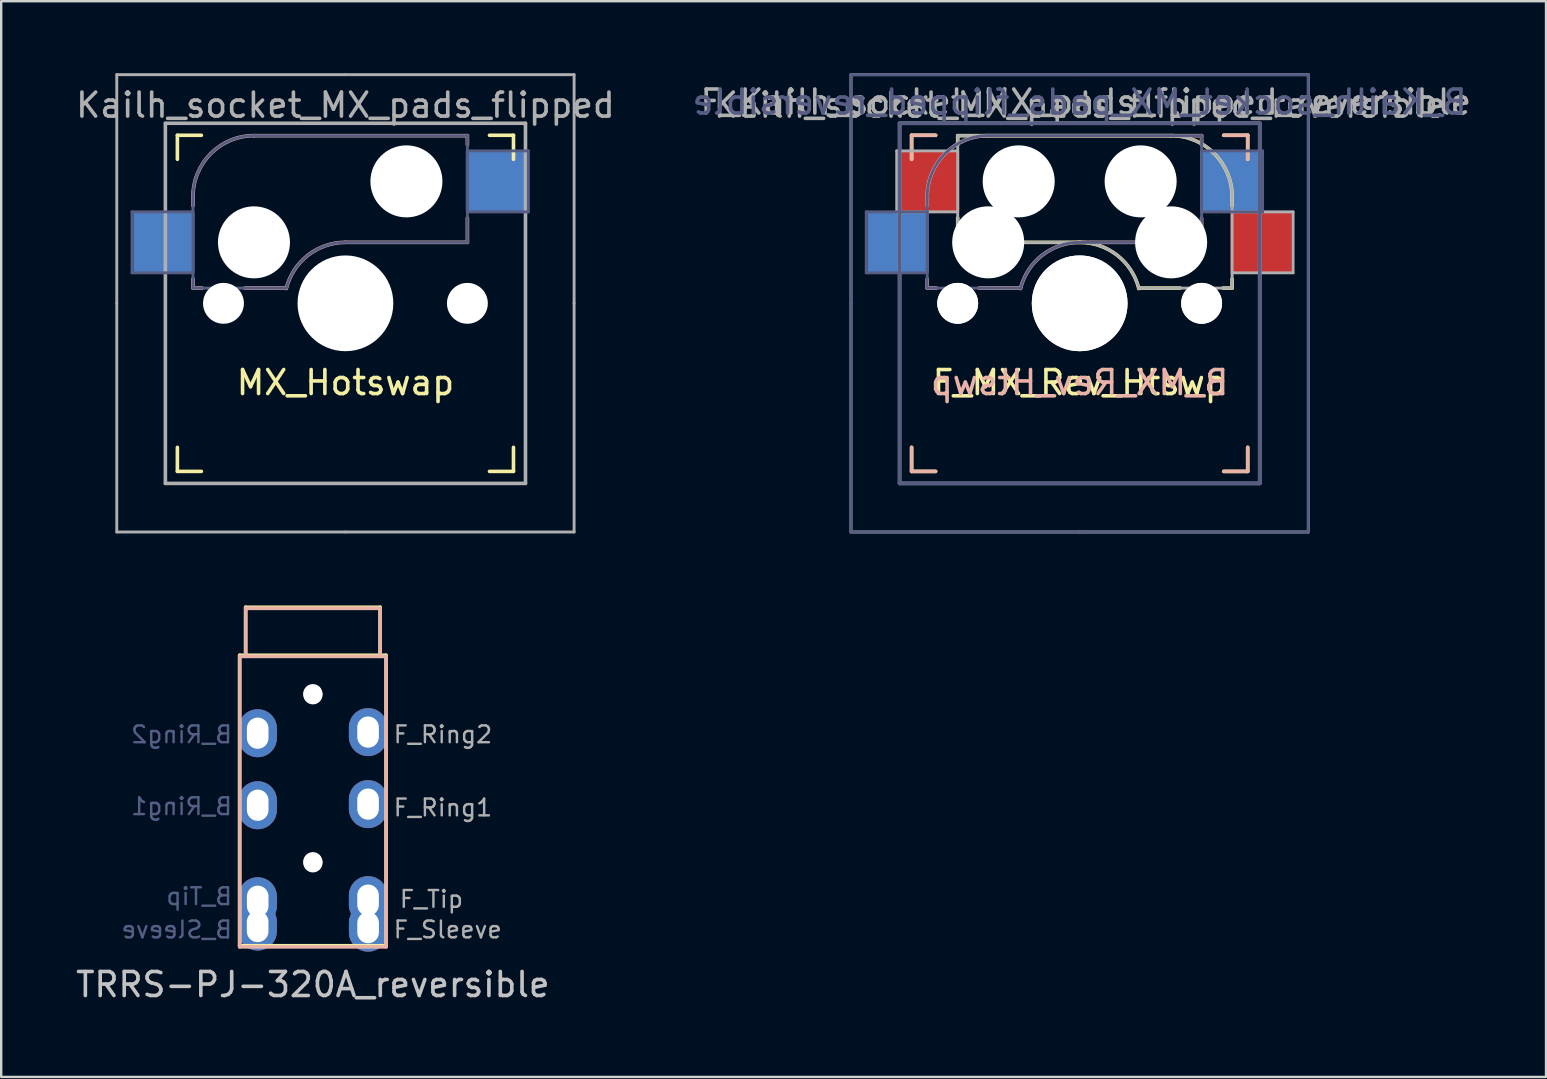
<source format=kicad_pcb>
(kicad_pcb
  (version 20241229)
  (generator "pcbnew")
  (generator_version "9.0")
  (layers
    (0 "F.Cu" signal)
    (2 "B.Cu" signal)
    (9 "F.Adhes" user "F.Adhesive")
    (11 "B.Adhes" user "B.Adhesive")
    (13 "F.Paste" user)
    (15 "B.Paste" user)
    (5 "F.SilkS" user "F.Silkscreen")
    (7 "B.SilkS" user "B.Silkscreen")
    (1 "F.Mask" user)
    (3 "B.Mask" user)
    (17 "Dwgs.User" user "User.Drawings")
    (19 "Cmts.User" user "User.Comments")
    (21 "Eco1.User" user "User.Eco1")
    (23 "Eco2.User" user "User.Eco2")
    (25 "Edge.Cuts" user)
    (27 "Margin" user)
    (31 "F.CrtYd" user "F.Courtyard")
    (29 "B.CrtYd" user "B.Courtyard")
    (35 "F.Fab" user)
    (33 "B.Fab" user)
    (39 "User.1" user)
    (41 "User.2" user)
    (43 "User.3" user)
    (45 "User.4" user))
  (footprint "Kailh_socket_MX_pads_flipped_reversible"
    (layer "F.Cu")
    (at 41.923 9.585)
    (property "Reference" "Kailh_socket_MX_pads_flipped_reversible" (at 0 -8.255 0) (layer "F.Fab") (effects (font (size 1 1) (thickness 0.15))))
    (property "Value" "MX_Rev_Htswp" (at 0 8.255 0) (layer "F.Fab") (hide yes) (effects (font (size 1 1) (thickness 0.15))))
    (attr smd)
    (fp_line (start -7 -6) (end -7 -7) (stroke (width 0.15) (type solid)) (layer "F.SilkS"))
    (fp_line (start -7 7) (end -7 6) (stroke (width 0.15) (type solid)) (layer "F.SilkS"))
    (fp_line (start -7 7) (end -6 7) (stroke (width 0.15) (type solid)) (layer "F.SilkS"))
    (fp_line (start -6 -7) (end -7 -7) (stroke (width 0.15) (type solid)) (layer "F.SilkS"))
    (fp_line (start -5.08 -6.985) (end -5.08 -6.604) (stroke (width 0.15) (type solid)) (layer "F.SilkS"))
    (fp_line (start -5.08 -3.556) (end -5.08 -2.54) (stroke (width 0.15) (type solid)) (layer "F.SilkS"))
    (fp_line (start -5.08 -2.54) (end 0 -2.54) (stroke (width 0.15) (type solid)) (layer "F.SilkS"))
    (fp_line (start 2.464 -0.635) (end 4.191 -0.635) (stroke (width 0.15) (type solid)) (layer "F.SilkS"))
    (fp_line (start 3.81 -6.985) (end -5.08 -6.985) (stroke (width 0.15) (type solid)) (layer "F.SilkS"))
    (fp_line (start 5.969 -0.635) (end 6.35 -0.635) (stroke (width 0.15) (type solid)) (layer "F.SilkS"))
    (fp_line (start 6 7) (end 7 7) (stroke (width 0.15) (type solid)) (layer "F.SilkS"))
    (fp_line (start 6.35 -4.445) (end 6.35 -4.064) (stroke (width 0.15) (type solid)) (layer "F.SilkS"))
    (fp_line (start 6.35 -1.016) (end 6.35 -0.635) (stroke (width 0.15) (type solid)) (layer "F.SilkS"))
    (fp_line (start 7 -7) (end 6 -7) (stroke (width 0.15) (type solid)) (layer "F.SilkS"))
    (fp_line (start 7 -7) (end 7 -6) (stroke (width 0.15) (type solid)) (layer "F.SilkS"))
    (fp_line (start 7 6) (end 7 7) (stroke (width 0.15) (type solid)) (layer "F.SilkS"))
    (fp_arc (start 0 -2.54) (mid 1.563147 -2.002042) (end 2.464162 -0.61604) (stroke (width 0.15) (type solid)) (layer "F.SilkS"))
    (fp_arc (start 3.81 -6.985) (mid 5.606051 -6.241051) (end 6.35 -4.445) (stroke (width 0.15) (type solid)) (layer "F.SilkS"))
    (fp_line (start -7 -7) (end -7 -6) (stroke (width 0.15) (type solid)) (layer "B.SilkS"))
    (fp_line (start -7 -7) (end -6 -7) (stroke (width 0.15) (type solid)) (layer "B.SilkS"))
    (fp_line (start -7 6) (end -7 7) (stroke (width 0.15) (type solid)) (layer "B.SilkS"))
    (fp_line (start -6.35 -4.445) (end -6.35 -4.064) (stroke (width 0.15) (type solid)) (layer "B.SilkS"))
    (fp_line (start -6.35 -1.016) (end -6.35 -0.635) (stroke (width 0.15) (type solid)) (layer "B.SilkS"))
    (fp_line (start -6 7) (end -7 7) (stroke (width 0.15) (type solid)) (layer "B.SilkS"))
    (fp_line (start -5.969 -0.635) (end -6.35 -0.635) (stroke (width 0.15) (type solid)) (layer "B.SilkS"))
    (fp_line (start -3.81 -6.985) (end 5.08 -6.985) (stroke (width 0.15) (type solid)) (layer "B.SilkS"))
    (fp_line (start -2.464 -0.635) (end -4.191 -0.635) (stroke (width 0.15) (type solid)) (layer "B.SilkS"))
    (fp_line (start 5.08 -6.985) (end 5.08 -6.604) (stroke (width 0.15) (type solid)) (layer "B.SilkS"))
    (fp_line (start 5.08 -3.556) (end 5.08 -2.54) (stroke (width 0.15) (type solid)) (layer "B.SilkS"))
    (fp_line (start 5.08 -2.54) (end 0 -2.54) (stroke (width 0.15) (type solid)) (layer "B.SilkS"))
    (fp_line (start 6 -7) (end 7 -7) (stroke (width 0.15) (type solid)) (layer "B.SilkS"))
    (fp_line (start 7 -6) (end 7 -7) (stroke (width 0.15) (type solid)) (layer "B.SilkS"))
    (fp_line (start 7 7) (end 6 7) (stroke (width 0.15) (type solid)) (layer "B.SilkS"))
    (fp_line (start 7 7) (end 7 6) (stroke (width 0.15) (type solid)) (layer "B.SilkS"))
    (fp_arc (start -6.35 -4.445) (mid -5.606051 -6.241051) (end -3.81 -6.985) (stroke (width 0.15) (type solid)) (layer "B.SilkS"))
    (fp_arc (start -2.464162 -0.61604) (mid -1.563147 -2.002042) (end 0 -2.54) (stroke (width 0.15) (type solid)) (layer "B.SilkS"))
    (fp_line (start -6.9 -6.9) (end -6.9 6.9) (stroke (width 0.15) (type solid)) (layer "Eco2.User"))
    (fp_line (start -6.9 -6.9) (end 6.9 -6.9) (stroke (width 0.15) (type solid)) (layer "Eco2.User"))
    (fp_line (start -6.9 6.9) (end -6.9 -6.9) (stroke (width 0.15) (type solid)) (layer "Eco2.User"))
    (fp_line (start -6.9 6.9) (end 6.9 6.9) (stroke (width 0.15) (type solid)) (layer "Eco2.User"))
    (fp_line (start 6.9 -6.9) (end -6.9 -6.9) (stroke (width 0.15) (type solid)) (layer "Eco2.User"))
    (fp_line (start 6.9 -6.9) (end 6.9 6.9) (stroke (width 0.15) (type solid)) (layer "Eco2.User"))
    (fp_line (start 6.9 6.9) (end -6.9 6.9) (stroke (width 0.15) (type solid)) (layer "Eco2.User"))
    (fp_line (start 6.9 6.9) (end 6.9 -6.9) (stroke (width 0.15) (type solid)) (layer "Eco2.User"))
    (fp_line (start -9.525 -9.525) (end 0 -9.525) (stroke (width 0.12) (type solid)) (layer "B.Fab"))
    (fp_line (start -9.525 0) (end -9.525 -9.525) (stroke (width 0.12) (type solid)) (layer "B.Fab"))
    (fp_line (start -9.525 9.525) (end -9.525 0) (stroke (width 0.12) (type solid)) (layer "B.Fab"))
    (fp_line (start -8.89 -3.81) (end -6.35 -3.81) (stroke (width 0.12) (type solid)) (layer "B.Fab"))
    (fp_line (start -8.89 -1.27) (end -8.89 -3.81) (stroke (width 0.12) (type solid)) (layer "B.Fab"))
    (fp_line (start -7.5 -7.5) (end -7.5 7.5) (stroke (width 0.15) (type solid)) (layer "B.Fab"))
    (fp_line (start -7.5 7.5) (end 7.5 7.5) (stroke (width 0.15) (type solid)) (layer "B.Fab"))
    (fp_line (start -6.35 -1.27) (end -8.89 -1.27) (stroke (width 0.12) (type solid)) (layer "B.Fab"))
    (fp_line (start -6.35 -0.635) (end -6.35 -4.445) (stroke (width 0.12) (type solid)) (layer "B.Fab"))
    (fp_line (start -6.35 -0.635) (end -2.54 -0.635) (stroke (width 0.12) (type solid)) (layer "B.Fab"))
    (fp_line (start -3.81 -6.985) (end 5.08 -6.985) (stroke (width 0.12) (type solid)) (layer "B.Fab"))
    (fp_line (start 0 -9.525) (end 9.525 -9.525) (stroke (width 0.12) (type solid)) (layer "B.Fab"))
    (fp_line (start 0 9.525) (end -9.525 9.525) (stroke (width 0.12) (type solid)) (layer "B.Fab"))
    (fp_line (start 5.08 -6.985) (end 5.08 -2.54) (stroke (width 0.12) (type solid)) (layer "B.Fab"))
    (fp_line (start 5.08 -6.35) (end 7.62 -6.35) (stroke (width 0.12) (type solid)) (layer "B.Fab"))
    (fp_line (start 5.08 -2.54) (end 0 -2.54) (stroke (width 0.12) (type solid)) (layer "B.Fab"))
    (fp_line (start 7.5 -7.5) (end -7.5 -7.5) (stroke (width 0.15) (type solid)) (layer "B.Fab"))
    (fp_line (start 7.5 7.5) (end 7.5 -7.5) (stroke (width 0.15) (type solid)) (layer "B.Fab"))
    (fp_line (start 7.62 -6.35) (end 7.62 -3.81) (stroke (width 0.12) (type solid)) (layer "B.Fab"))
    (fp_line (start 7.62 -3.81) (end 5.08 -3.81) (stroke (width 0.12) (type solid)) (layer "B.Fab"))
    (fp_line (start 9.525 -9.525) (end 9.525 0) (stroke (width 0.12) (type solid)) (layer "B.Fab"))
    (fp_line (start 9.525 0) (end 9.525 9.525) (stroke (width 0.12) (type solid)) (layer "B.Fab"))
    (fp_line (start 9.525 9.525) (end 0 9.525) (stroke (width 0.12) (type solid)) (layer "B.Fab"))
    (fp_arc (start -6.35 -4.445) (mid -5.606051 -6.241051) (end -3.81 -6.985) (stroke (width 0.12) (type solid)) (layer "B.Fab"))
    (fp_arc (start -2.464162 -0.61604) (mid -1.563147 -2.002042) (end 0 -2.54) (stroke (width 0.12) (type solid)) (layer "B.Fab"))
    (fp_line (start -9.525 -9.525) (end -9.525 0) (stroke (width 0.12) (type solid)) (layer "F.Fab"))
    (fp_line (start -9.525 0) (end -9.525 9.525) (stroke (width 0.12) (type solid)) (layer "F.Fab"))
    (fp_line (start -9.525 9.525) (end 0 9.525) (stroke (width 0.12) (type solid)) (layer "F.Fab"))
    (fp_line (start -7.62 -6.35) (end -7.62 -3.81) (stroke (width 0.12) (type solid)) (layer "F.Fab"))
    (fp_line (start -7.62 -3.81) (end -5.08 -3.81) (stroke (width 0.12) (type solid)) (layer "F.Fab"))
    (fp_line (start -7.5 -7.5) (end 7.5 -7.5) (stroke (width 0.15) (type solid)) (layer "F.Fab"))
    (fp_line (start -7.5 7.5) (end -7.5 -7.5) (stroke (width 0.15) (type solid)) (layer "F.Fab"))
    (fp_line (start -5.08 -6.985) (end -5.08 -2.54) (stroke (width 0.12) (type solid)) (layer "F.Fab"))
    (fp_line (start -5.08 -6.35) (end -7.62 -6.35) (stroke (width 0.12) (type solid)) (layer "F.Fab"))
    (fp_line (start -5.08 -2.54) (end 0 -2.54) (stroke (width 0.12) (type solid)) (layer "F.Fab"))
    (fp_line (start 0 -9.525) (end -9.525 -9.525) (stroke (width 0.12) (type solid)) (layer "F.Fab"))
    (fp_line (start 0 9.525) (end 9.525 9.525) (stroke (width 0.12) (type solid)) (layer "F.Fab"))
    (fp_line (start 3.81 -6.985) (end -5.08 -6.985) (stroke (width 0.12) (type solid)) (layer "F.Fab"))
    (fp_line (start 6.35 -1.27) (end 8.89 -1.27) (stroke (width 0.12) (type solid)) (layer "F.Fab"))
    (fp_line (start 6.35 -0.635) (end 2.54 -0.635) (stroke (width 0.12) (type solid)) (layer "F.Fab"))
    (fp_line (start 6.35 -0.635) (end 6.35 -4.445) (stroke (width 0.12) (type solid)) (layer "F.Fab"))
    (fp_line (start 7.5 -7.5) (end 7.5 7.5) (stroke (width 0.15) (type solid)) (layer "F.Fab"))
    (fp_line (start 7.5 7.5) (end -7.5 7.5) (stroke (width 0.15) (type solid)) (layer "F.Fab"))
    (fp_line (start 8.89 -3.81) (end 6.35 -3.81) (stroke (width 0.12) (type solid)) (layer "F.Fab"))
    (fp_line (start 8.89 -1.27) (end 8.89 -3.81) (stroke (width 0.12) (type solid)) (layer "F.Fab"))
    (fp_line (start 9.525 -9.525) (end 0 -9.525) (stroke (width 0.12) (type solid)) (layer "F.Fab"))
    (fp_line (start 9.525 0) (end 9.525 -9.525) (stroke (width 0.12) (type solid)) (layer "F.Fab"))
    (fp_line (start 9.525 9.525) (end 9.525 0) (stroke (width 0.12) (type solid)) (layer "F.Fab"))
    (fp_arc (start 0 -2.54) (mid 1.563147 -2.002042) (end 2.464162 -0.61604) (stroke (width 0.12) (type solid)) (layer "F.Fab"))
    (fp_arc (start 3.81 -6.985) (mid 5.606051 -6.241051) (end 6.35 -4.445) (stroke (width 0.12) (type solid)) (layer "F.Fab"))
    (fp_text user "F_${VALUE}" (at 0 3.302 0) (unlocked yes) (layer "F.SilkS") (effects (font (size 1 1) (thickness 0.15))))
    (fp_text user "B_${VALUE}" (at 0 3.302 0) (unlocked yes) (layer "B.SilkS") (effects (font (size 1 1) (thickness 0.15)) (justify mirror)))
    (fp_text user "B_${REFERENCE}" (at 0 -8.382 0) (layer "B.Fab") (effects (font (size 1 1) (thickness 0.15)) (justify mirror)))
    (fp_text user "F_${REFERENCE}" (at 0.254 -8.382 0) (layer "F.Fab") (effects (font (size 1 1) (thickness 0.15))))
    (pad "" np_thru_hole circle (at -5.08 0) (size 1.702 1.702) (drill 1.702) (layers "*.Cu" "*.Mask"))
    (pad "" np_thru_hole circle (at -5.08 0) (size 1.702 1.702) (drill 1.702) (layers "*.Cu" "*.Mask"))
    (pad "" np_thru_hole circle (at -3.81 -2.54) (size 3 3) (drill 3) (layers "*.Cu" "*.Mask"))
    (pad "" np_thru_hole circle (at -2.54 -5.08) (size 3 3) (drill 3) (layers "*.Cu" "*.Mask"))
    (pad "" np_thru_hole circle (at 0 0) (size 3.988 3.988) (drill 3.988) (layers "*.Cu" "*.Mask"))
    (pad "" np_thru_hole circle (at 0 0) (size 3.988 3.988) (drill 3.988) (layers "*.Cu" "*.Mask"))
    (pad "" np_thru_hole circle (at 2.54 -5.08) (size 3 3) (drill 3) (layers "*.Cu" "*.Mask"))
    (pad "" np_thru_hole circle (at 3.81 -2.54) (size 3 3) (drill 3) (layers "*.Cu" "*.Mask"))
    (pad "" np_thru_hole circle (at 5.08 0) (size 1.702 1.702) (drill 1.702) (layers "*.Cu" "*.Mask"))
    (pad "" np_thru_hole circle (at 5.08 0) (size 1.702 1.702) (drill 1.702) (layers "*.Cu" "*.Mask"))
    (pad "1" smd rect (at -7.56 -2.54) (size 2.55 2.5) (layers "B.Cu" "B.Mask" "B.Paste"))
    (pad "1" smd rect (at 7.56 -2.54) (size 2.55 2.5) (layers "F.Cu" "F.Mask" "F.Paste"))
    (pad "2" smd rect (at -6.29 -5.08) (size 2.55 2.5) (layers "F.Cu" "F.Mask" "F.Paste"))
    (pad "2" smd rect (at 6.29 -5.08) (size 2.55 2.5) (layers "B.Cu" "B.Mask" "B.Paste")))
  (footprint "TRRS-PJ-320A_reversible"
    (layer "F.Cu")
    (at 9.982 24.245)
    (property "Reference" "TRRS-PJ-320A_reversible" (at 0 13.716 0) (layer "Dwgs.User") (effects (font (size 1 1) (thickness 0.15))))
    (attr through_hole)
    (fp_line (start -3.05 0) (end -3.05 12.1) (stroke (width 0.15) (type solid)) (layer "F.SilkS"))
    (fp_line (start -2.8 0) (end -2.8 -2) (stroke (width 0.15) (type solid)) (layer "F.SilkS"))
    (fp_line (start 2.8 -2) (end -2.8 -2) (stroke (width 0.15) (type solid)) (layer "F.SilkS"))
    (fp_line (start 2.8 0) (end 2.8 -2) (stroke (width 0.15) (type solid)) (layer "F.SilkS"))
    (fp_line (start 3.05 0) (end -3.05 0) (stroke (width 0.15) (type solid)) (layer "F.SilkS"))
    (fp_line (start 3.05 0) (end 3.05 12.1) (stroke (width 0.15) (type solid)) (layer "F.SilkS"))
    (fp_line (start 3.05 12.1) (end -3.05 12.1) (stroke (width 0.15) (type solid)) (layer "F.SilkS"))
    (fp_line (start -3.048 0.046) (end -3.048 12.146) (stroke (width 0.15) (type solid)) (layer "B.SilkS"))
    (fp_line (start -3.048 0.046) (end 3.052 0.046) (stroke (width 0.15) (type solid)) (layer "B.SilkS"))
    (fp_line (start -3.048 12.146) (end 3.052 12.146) (stroke (width 0.15) (type solid)) (layer "B.SilkS"))
    (fp_line (start -2.798 -1.954) (end 2.802 -1.954) (stroke (width 0.15) (type solid)) (layer "B.SilkS"))
    (fp_line (start -2.798 0.046) (end -2.798 -1.954) (stroke (width 0.15) (type solid)) (layer "B.SilkS"))
    (fp_line (start 2.802 0.046) (end 2.802 -1.954) (stroke (width 0.15) (type solid)) (layer "B.SilkS"))
    (fp_line (start 3.052 0.046) (end 3.052 12.146) (stroke (width 0.15) (type solid)) (layer "B.SilkS"))
    (fp_text user "B_Ring1" (at -3.302 6.296 0) (layer "B.Fab") (effects (font (size 0.7 0.7) (thickness 0.1)) (justify left mirror)))
    (fp_text user "B_Sleeve" (at -3.302 11.43 0) (layer "B.Fab") (effects (font (size 0.7 0.7) (thickness 0.1)) (justify left mirror)))
    (fp_text user "B_Tip" (at -3.302 10.046 0) (layer "B.Fab") (effects (font (size 0.7 0.7) (thickness 0.1)) (justify left mirror)))
    (fp_text user "B_Ring2" (at -3.302 3.302 0) (layer "B.Fab") (effects (font (size 0.7 0.7) (thickness 0.1)) (justify left mirror)))
    (fp_text user "F_Ring1" (at 3.302 6.35 0) (layer "F.Fab") (effects (font (size 0.7 0.7) (thickness 0.1)) (justify left)))
    (fp_text user "F_Sleeve" (at 3.302 11.43 0) (layer "F.Fab") (effects (font (size 0.7 0.7) (thickness 0.1)) (justify left)))
    (fp_text user "F_Ring2" (at 3.302 3.302 0) (layer "F.Fab") (effects (font (size 0.7 0.7) (thickness 0.1)) (justify left)))
    (fp_text user "F_Tip" (at 3.556 10.16 0) (layer "F.Fab") (effects (font (size 0.7 0.7) (thickness 0.1)) (justify left)))
    (pad "" np_thru_hole circle (at 0 1.6) (size 0.8 0.8) (drill 0.8) (layers "*.Cu" "*.Mask"))
    (pad "" np_thru_hole circle (at 0 8.6) (size 0.8 0.8) (drill 0.8) (layers "*.Cu" "*.Mask"))
    (pad "" np_thru_hole circle (at 0.002 1.646) (size 0.8 0.8) (drill 0.8) (layers "*.Cu" "*.Mask"))
    (pad "" np_thru_hole circle (at 0.002 8.646) (size 0.8 0.8) (drill 0.8) (layers "*.Cu" "*.Mask"))
    (pad "1" thru_hole oval (at -2.3 11.3) (size 1.6 2) (drill oval 0.9 1.3) (layers "*.Cu" "*.Mask"))
    (pad "1" thru_hole oval (at 2.302 11.346) (size 1.6 2) (drill oval 0.9 1.3) (layers "*.Cu" "*.Mask"))
    (pad "2" thru_hole oval (at -2.298 10.246) (size 1.6 2) (drill oval 0.9 1.3) (layers "*.Cu" "*.Mask"))
    (pad "2" thru_hole oval (at 2.3 10.2) (size 1.6 2) (drill oval 0.9 1.3) (layers "*.Cu" "*.Mask"))
    (pad "3" thru_hole oval (at -2.298 6.246) (size 1.6 2) (drill oval 0.9 1.3) (layers "*.Cu" "*.Mask"))
    (pad "3" thru_hole oval (at 2.3 6.2) (size 1.6 2) (drill oval 0.9 1.3) (layers "*.Cu" "*.Mask"))
    (pad "4" thru_hole oval (at -2.298 3.246) (size 1.6 2) (drill oval 0.9 1.3) (layers "*.Cu" "*.Mask"))
    (pad "4" thru_hole oval (at 2.3 3.2) (size 1.6 2) (drill oval 0.9 1.3) (layers "*.Cu" "*.Mask")))
  (footprint "Kailh_socket_MX_pads_flipped"
    (layer "F.Cu")
    (at 11.339 9.585)
    (property "Reference" "Kailh_socket_MX_pads_flipped" (at 0 -8.255 0) (layer "F.Fab") (effects (font (size 1 1) (thickness 0.15))))
    (property "Value" "MX_Hotswap" (at 0 8.255 0) (layer "F.Fab") (hide yes) (effects (font (size 1 1) (thickness 0.15))))
    (attr smd)
    (fp_line (start -7 -6) (end -7 -7) (stroke (width 0.15) (type solid)) (layer "F.SilkS"))
    (fp_line (start -7 7) (end -7 6) (stroke (width 0.15) (type solid)) (layer "F.SilkS"))
    (fp_line (start -7 7) (end -6 7) (stroke (width 0.15) (type solid)) (layer "F.SilkS"))
    (fp_line (start -6 -7) (end -7 -7) (stroke (width 0.15) (type solid)) (layer "F.SilkS"))
    (fp_line (start 6 7) (end 7 7) (stroke (width 0.15) (type solid)) (layer "F.SilkS"))
    (fp_line (start 7 -7) (end 6 -7) (stroke (width 0.15) (type solid)) (layer "F.SilkS"))
    (fp_line (start 7 -7) (end 7 -6) (stroke (width 0.15) (type solid)) (layer "F.SilkS"))
    (fp_line (start 7 6) (end 7 7) (stroke (width 0.15) (type solid)) (layer "F.SilkS"))
    (fp_line (start -6.35 -4.445) (end -6.35 -4.064) (stroke (width 0.15) (type solid)) (layer "B.SilkS"))
    (fp_line (start -6.35 -1.016) (end -6.35 -0.635) (stroke (width 0.15) (type solid)) (layer "B.SilkS"))
    (fp_line (start -5.969 -0.635) (end -6.35 -0.635) (stroke (width 0.15) (type solid)) (layer "B.SilkS"))
    (fp_line (start -3.81 -6.985) (end 5.08 -6.985) (stroke (width 0.15) (type solid)) (layer "B.SilkS"))
    (fp_line (start -2.464 -0.635) (end -4.191 -0.635) (stroke (width 0.15) (type solid)) (layer "B.SilkS"))
    (fp_line (start 5.08 -6.985) (end 5.08 -6.604) (stroke (width 0.15) (type solid)) (layer "B.SilkS"))
    (fp_line (start 5.08 -3.556) (end 5.08 -2.54) (stroke (width 0.15) (type solid)) (layer "B.SilkS"))
    (fp_line (start 5.08 -2.54) (end 0 -2.54) (stroke (width 0.15) (type solid)) (layer "B.SilkS"))
    (fp_arc (start -6.35 -4.445) (mid -5.606051 -6.241051) (end -3.81 -6.985) (stroke (width 0.15) (type solid)) (layer "B.SilkS"))
    (fp_arc (start -2.464162 -0.61604) (mid -1.563147 -2.002042) (end 0 -2.54) (stroke (width 0.15) (type solid)) (layer "B.SilkS"))
    (fp_line (start -6.9 6.9) (end -6.9 -6.9) (stroke (width 0.15) (type solid)) (layer "Eco2.User"))
    (fp_line (start -6.9 6.9) (end 6.9 6.9) (stroke (width 0.15) (type solid)) (layer "Eco2.User"))
    (fp_line (start 6.9 -6.9) (end -6.9 -6.9) (stroke (width 0.15) (type solid)) (layer "Eco2.User"))
    (fp_line (start 6.9 -6.9) (end 6.9 6.9) (stroke (width 0.15) (type solid)) (layer "Eco2.User"))
    (fp_line (start -8.89 -3.81) (end -6.35 -3.81) (stroke (width 0.12) (type solid)) (layer "B.Fab"))
    (fp_line (start -8.89 -1.27) (end -8.89 -3.81) (stroke (width 0.12) (type solid)) (layer "B.Fab"))
    (fp_line (start -6.35 -1.27) (end -8.89 -1.27) (stroke (width 0.12) (type solid)) (layer "B.Fab"))
    (fp_line (start -6.35 -0.635) (end -6.35 -4.445) (stroke (width 0.12) (type solid)) (layer "B.Fab"))
    (fp_line (start -6.35 -0.635) (end -2.54 -0.635) (stroke (width 0.12) (type solid)) (layer "B.Fab"))
    (fp_line (start -3.81 -6.985) (end 5.08 -6.985) (stroke (width 0.12) (type solid)) (layer "B.Fab"))
    (fp_line (start 5.08 -6.985) (end 5.08 -2.54) (stroke (width 0.12) (type solid)) (layer "B.Fab"))
    (fp_line (start 5.08 -6.35) (end 7.62 -6.35) (stroke (width 0.12) (type solid)) (layer "B.Fab"))
    (fp_line (start 5.08 -2.54) (end 0 -2.54) (stroke (width 0.12) (type solid)) (layer "B.Fab"))
    (fp_line (start 7.62 -6.35) (end 7.62 -3.81) (stroke (width 0.12) (type solid)) (layer "B.Fab"))
    (fp_line (start 7.62 -3.81) (end 5.08 -3.81) (stroke (width 0.12) (type solid)) (layer "B.Fab"))
    (fp_arc (start -6.35 -4.445) (mid -5.606051 -6.241051) (end -3.81 -6.985) (stroke (width 0.12) (type solid)) (layer "B.Fab"))
    (fp_arc (start -2.464162 -0.61604) (mid -1.563147 -2.002042) (end 0 -2.54) (stroke (width 0.12) (type solid)) (layer "B.Fab"))
    (fp_line (start -9.525 -9.525) (end -9.525 0) (stroke (width 0.12) (type solid)) (layer "F.Fab"))
    (fp_line (start -9.525 0) (end -9.525 9.525) (stroke (width 0.12) (type solid)) (layer "F.Fab"))
    (fp_line (start -9.525 9.525) (end 0 9.525) (stroke (width 0.12) (type solid)) (layer "F.Fab"))
    (fp_line (start -7.5 -7.5) (end 7.5 -7.5) (stroke (width 0.15) (type solid)) (layer "F.Fab"))
    (fp_line (start -7.5 7.5) (end -7.5 -7.5) (stroke (width 0.15) (type solid)) (layer "F.Fab"))
    (fp_line (start 0 -9.525) (end -9.525 -9.525) (stroke (width 0.12) (type solid)) (layer "F.Fab"))
    (fp_line (start 0 9.525) (end 9.525 9.525) (stroke (width 0.12) (type solid)) (layer "F.Fab"))
    (fp_line (start 7.5 -7.5) (end 7.5 7.5) (stroke (width 0.15) (type solid)) (layer "F.Fab"))
    (fp_line (start 7.5 7.5) (end -7.5 7.5) (stroke (width 0.15) (type solid)) (layer "F.Fab"))
    (fp_line (start 9.525 -9.525) (end 0 -9.525) (stroke (width 0.12) (type solid)) (layer "F.Fab"))
    (fp_line (start 9.525 0) (end 9.525 -9.525) (stroke (width 0.12) (type solid)) (layer "F.Fab"))
    (fp_line (start 9.525 9.525) (end 9.525 0) (stroke (width 0.12) (type solid)) (layer "F.Fab"))
    (fp_text user "${VALUE}" (at 0 3.302 0) (unlocked yes) (layer "F.SilkS") (effects (font (size 1 1) (thickness 0.15))))
    (pad "" np_thru_hole circle (at -5.08 0) (size 1.702 1.702) (drill 1.702) (layers "*.Cu" "*.Mask"))
    (pad "" np_thru_hole circle (at -3.81 -2.54) (size 3 3) (drill 3) (layers "*.Cu" "*.Mask"))
    (pad "" np_thru_hole circle (at 0 0) (size 3.988 3.988) (drill 3.988) (layers "*.Cu" "*.Mask"))
    (pad "" np_thru_hole circle (at 2.54 -5.08) (size 3 3) (drill 3) (layers "*.Cu" "*.Mask"))
    (pad "" np_thru_hole circle (at 5.08 0) (size 1.702 1.702) (drill 1.702) (layers "*.Cu" "*.Mask"))
    (pad "1" smd rect (at -7.56 -2.54) (size 2.55 2.5) (layers "B.Cu" "B.Mask" "B.Paste"))
    (pad "2" smd rect (at 6.29 -5.08) (size 2.55 2.5) (layers "B.Cu" "B.Mask" "B.Paste")))
  (gr_rect
    (start -3 -3)
    (end 61.349 41.809)
    (stroke (width 0.1) (type default))
    (fill no)
    (layer "Edge.Cuts")))
</source>
